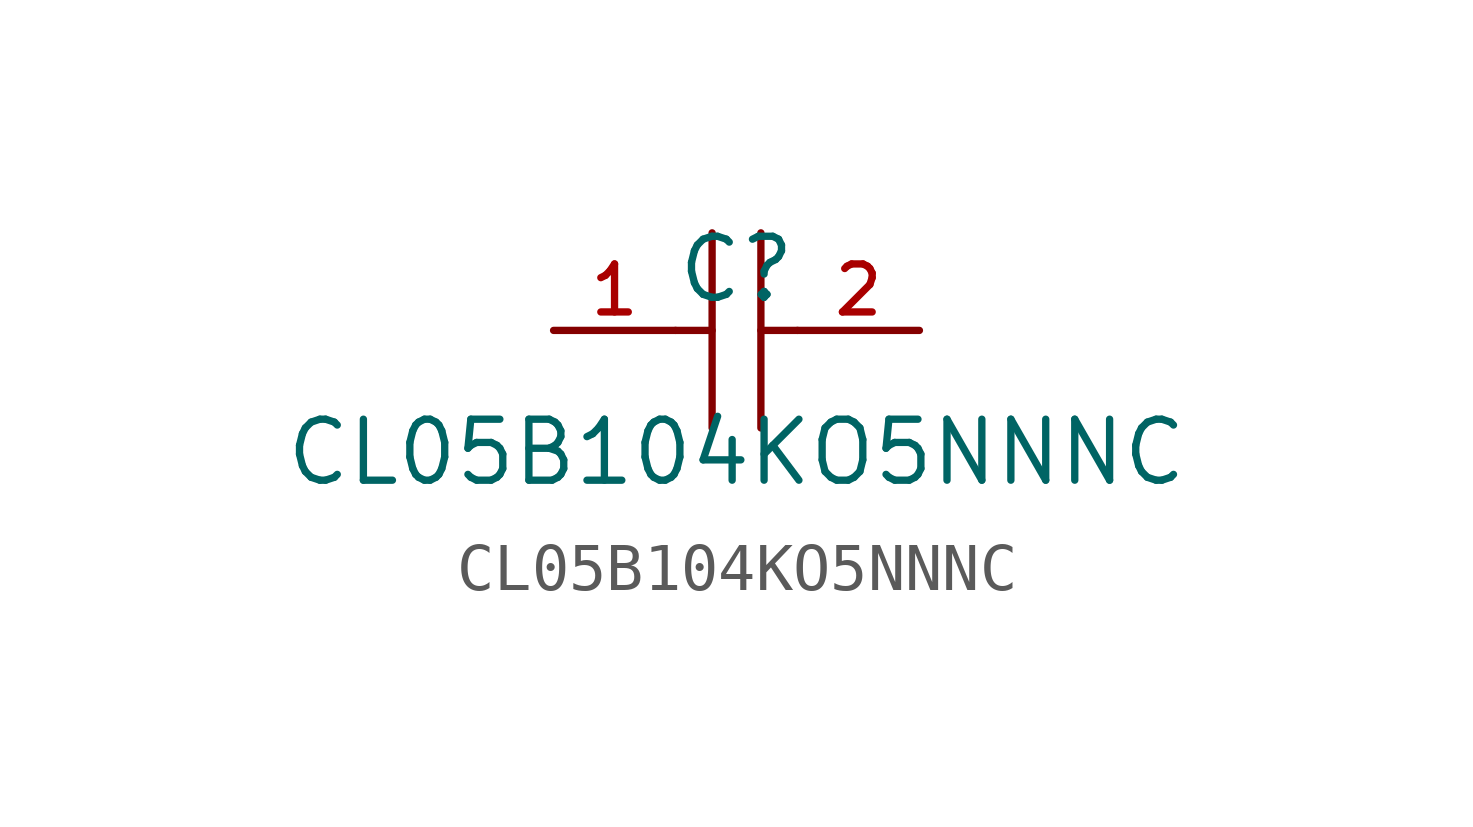
<source format=kicad_sym>
(kicad_symbol_lib
  (version 20210201)
  (generator TousstNicolas/JLC2KiCad_lib)
  (symbol "CL05B104KO5NNNC"
    (pin_names hide)
    (property "Reference" "C"
      (at 0 1.27 0)
      (effects (font (size 1.27 1.27))))
    (property "Value" "CL05B104KO5NNNC"
      (at 0 -2.54 0)
      (effects (font (size 1.27 1.27))))
    (symbol "CL05B104KO5NNNC_0_1"
      (polyline (pts (xy -0.508 2.032) (xy -0.508 -2.032)) (stroke (width 0) (type default) (color 0 0 0 0)) (fill (type none)))
      (polyline (pts (xy 0.508 2.032) (xy 0.508 -2.032)) (stroke (width 0) (type default) (color 0 0 0 0)) (fill (type none)))
      (pin input line (at -3.81 -0.0 0) (length 2.54) (name "1" (effects (font (size 1 1)))) (number "1" (effects (font (size 1 1)))))
      (pin input line (at 3.81 -0.0 180) (length 2.54) (name "2" (effects (font (size 1 1)))) (number "2" (effects (font (size 1 1)))))
      (polyline (pts (xy -1.27 -0.0) (xy -0.508 -0.0)) (stroke (width 0) (type default) (color 0 0 0 0)) (fill (type none)))
      (polyline (pts (xy 0.508 -0.0) (xy 1.27 -0.0)) (stroke (width 0) (type default) (color 0 0 0 0)) (fill (type none))))))
</source>
